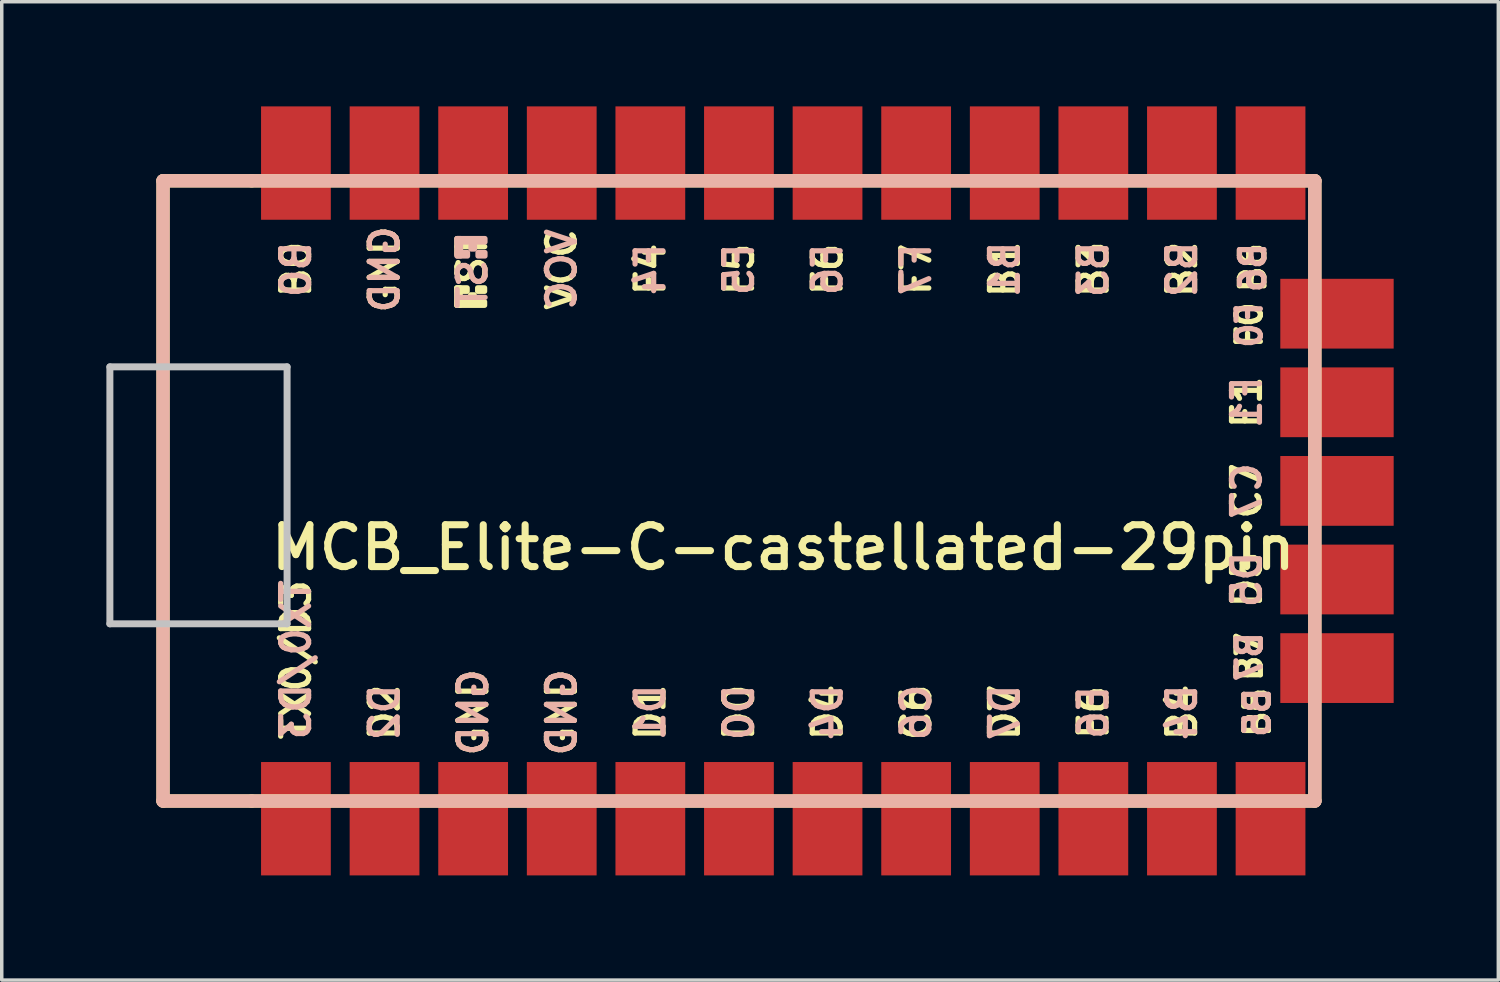
<source format=kicad_pcb>
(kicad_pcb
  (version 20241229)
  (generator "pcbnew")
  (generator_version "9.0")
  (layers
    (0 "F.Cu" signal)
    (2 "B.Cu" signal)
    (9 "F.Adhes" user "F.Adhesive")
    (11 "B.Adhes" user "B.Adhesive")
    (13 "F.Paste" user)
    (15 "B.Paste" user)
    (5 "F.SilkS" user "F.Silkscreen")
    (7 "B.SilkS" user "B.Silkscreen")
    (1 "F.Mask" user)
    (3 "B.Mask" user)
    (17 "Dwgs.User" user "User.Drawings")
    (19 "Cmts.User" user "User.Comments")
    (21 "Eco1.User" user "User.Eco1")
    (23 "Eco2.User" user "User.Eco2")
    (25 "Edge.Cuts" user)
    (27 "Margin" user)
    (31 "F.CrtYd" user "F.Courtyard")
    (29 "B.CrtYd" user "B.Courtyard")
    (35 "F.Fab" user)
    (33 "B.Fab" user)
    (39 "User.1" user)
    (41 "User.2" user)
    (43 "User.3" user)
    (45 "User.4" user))
  (footprint "MCB_Elite-C-castellated-29pin"
    (layer "F.Cu")
    (at 19.404 11.023)
    (property "Reference" "MCB_Elite-C-castellated-29pin" (at 0 1.625 0) (layer "F.SilkS") (effects (font (size 1.2 1.2) (thickness 0.203))))
    (attr through_hole)
    (fp_line (start -17.78 -8.89) (end -17.78 8.89) (stroke (width 0.381) (type solid)) (layer "F.SilkS"))
    (fp_line (start -17.78 8.89) (end -15.24 8.89) (stroke (width 0.381) (type solid)) (layer "F.SilkS"))
    (fp_line (start -15.24 -8.89) (end -17.78 -8.89) (stroke (width 0.381) (type solid)) (layer "F.SilkS"))
    (fp_line (start -15.24 8.89) (end 15.24 8.89) (stroke (width 0.381) (type solid)) (layer "F.SilkS"))
    (fp_line (start 15.24 -8.89) (end -15.24 -8.89) (stroke (width 0.381) (type solid)) (layer "F.SilkS"))
    (fp_line (start 15.24 8.89) (end 15.24 -8.89) (stroke (width 0.381) (type solid)) (layer "F.SilkS"))
    (fp_poly (pts (xy -9.361 -5.821) (xy -9.261 -5.821) (xy -9.261 -5.321) (xy -9.361 -5.321)) (stroke (width 0.15) (type solid)) (fill yes) (layer "F.SilkS"))
    (fp_poly (pts (xy -9.361 -5.821) (xy -9.061 -5.821) (xy -9.061 -5.721) (xy -9.361 -5.721)) (stroke (width 0.15) (type solid)) (fill yes) (layer "F.SilkS"))
    (fp_poly (pts (xy -9.361 -5.421) (xy -8.561 -5.421) (xy -8.561 -5.321) (xy -9.361 -5.321)) (stroke (width 0.15) (type solid)) (fill yes) (layer "F.SilkS"))
    (fp_poly (pts (xy -8.961 -5.621) (xy -8.861 -5.621) (xy -8.861 -5.521) (xy -8.961 -5.521)) (stroke (width 0.15) (type solid)) (fill yes) (layer "F.SilkS"))
    (fp_poly (pts (xy -8.761 -5.821) (xy -8.561 -5.821) (xy -8.561 -5.721) (xy -8.761 -5.721)) (stroke (width 0.15) (type solid)) (fill yes) (layer "F.SilkS"))
    (fp_line (start -17.78 -8.89) (end -17.78 8.89) (stroke (width 0.381) (type solid)) (layer "B.SilkS"))
    (fp_line (start -17.78 8.89) (end 15.24 8.89) (stroke (width 0.381) (type solid)) (layer "B.SilkS"))
    (fp_line (start 15.24 -8.89) (end -17.78 -8.89) (stroke (width 0.381) (type solid)) (layer "B.SilkS"))
    (fp_line (start 15.24 8.89) (end 15.24 -8.89) (stroke (width 0.381) (type solid)) (layer "B.SilkS"))
    (fp_poly (pts (xy -9.351 -7.134) (xy -8.551 -7.134) (xy -8.551 -7.234) (xy -9.351 -7.234)) (stroke (width 0.15) (type solid)) (fill yes) (layer "B.SilkS"))
    (fp_poly (pts (xy -9.351 -6.734) (xy -9.251 -6.734) (xy -9.251 -7.234) (xy -9.351 -7.234)) (stroke (width 0.15) (type solid)) (fill yes) (layer "B.SilkS"))
    (fp_poly (pts (xy -9.351 -6.734) (xy -9.051 -6.734) (xy -9.051 -6.834) (xy -9.351 -6.834)) (stroke (width 0.15) (type solid)) (fill yes) (layer "B.SilkS"))
    (fp_poly (pts (xy -8.951 -6.934) (xy -8.851 -6.934) (xy -8.851 -7.034) (xy -8.951 -7.034)) (stroke (width 0.15) (type solid)) (fill yes) (layer "B.SilkS"))
    (fp_poly (pts (xy -8.751 -6.734) (xy -8.551 -6.734) (xy -8.551 -6.834) (xy -8.751 -6.834)) (stroke (width 0.15) (type solid)) (fill yes) (layer "B.SilkS"))
    (fp_line (start -19.304 -3.556) (end -14.224 -3.556) (stroke (width 0.2) (type solid)) (layer "Dwgs.User"))
    (fp_line (start -19.304 3.81) (end -19.304 -3.556) (stroke (width 0.2) (type solid)) (layer "Dwgs.User"))
    (fp_line (start -14.224 -3.556) (end -14.224 3.81) (stroke (width 0.2) (type solid)) (layer "Dwgs.User"))
    (fp_line (start -14.224 3.81) (end -19.304 3.81) (stroke (width 0.2) (type solid)) (layer "Dwgs.User"))
    (fp_text user "B3" (at 8.89 -6.35 90) (layer "F.SilkS") (effects (font (size 0.8 0.8) (thickness 0.15))))
    (fp_text user "ST" (at -8.92 -6.622 90) (layer "F.SilkS") (effects (font (size 0.8 0.8) (thickness 0.15))))
    (fp_text user "B0" (at -13.97 -6.35 90) (layer "F.SilkS") (effects (font (size 0.8 0.8) (thickness 0.15))))
    (fp_text user "F5" (at -1.27 -6.35 90) (layer "F.SilkS") (effects (font (size 0.8 0.8) (thickness 0.15))))
    (fp_text user "E6" (at 8.89 6.35 90) (layer "F.SilkS") (effects (font (size 0.8 0.8) (thickness 0.15))))
    (fp_text user "GND" (at -8.89 6.35 90) (layer "F.SilkS") (effects (font (size 0.8 0.8) (thickness 0.15))))
    (fp_text user "F1" (at 13.289 -2.54 90) (layer "F.SilkS") (effects (font (size 0.8 0.8) (thickness 0.15))))
    (fp_text user "B7" (at 13.362 4.754 90) (layer "F.SilkS") (effects (font (size 0.7 0.7) (thickness 0.15))))
    (fp_text user "D7" (at 6.35 6.35 90) (layer "F.SilkS") (effects (font (size 0.8 0.8) (thickness 0.15))))
    (fp_text user "B1" (at 6.35 -6.35 90) (layer "F.SilkS") (effects (font (size 0.8 0.8) (thickness 0.15))))
    (fp_text user "F4" (at -3.81 -6.35 90) (layer "F.SilkS") (effects (font (size 0.8 0.8) (thickness 0.15))))
    (fp_text user "D4" (at 1.27 6.35 90) (layer "F.SilkS") (effects (font (size 0.8 0.8) (thickness 0.15))))
    (fp_text user "C6" (at 3.81 6.35 90) (layer "F.SilkS") (effects (font (size 0.8 0.8) (thickness 0.15))))
    (fp_text user "VCC" (at -6.35 -6.35 90) (layer "F.SilkS") (effects (font (size 0.8 0.8) (thickness 0.15))))
    (fp_text user "GND" (at -6.35 6.35 90) (layer "F.SilkS") (effects (font (size 0.8 0.8) (thickness 0.15))))
    (fp_text user "B4" (at 11.43 6.35 90) (layer "F.SilkS") (effects (font (size 0.8 0.8) (thickness 0.15))))
    (fp_text user "D5" (at 13.289 2.54 90) (layer "F.SilkS") (effects (font (size 0.8 0.8) (thickness 0.15))))
    (fp_text user "B6" (at 13.462 -6.4 90) (unlocked yes) (layer "F.SilkS") (effects (font (size 0.7 0.7) (thickness 0.15))))
    (fp_text user "D1" (at -3.81 6.35 90) (layer "F.SilkS") (effects (font (size 0.8 0.8) (thickness 0.15))))
    (fp_text user "D2" (at -11.43 6.35 90) (layer "F.SilkS") (effects (font (size 0.8 0.8) (thickness 0.15))))
    (fp_text user "D0" (at -1.27 6.35 90) (layer "F.SilkS") (effects (font (size 0.8 0.8) (thickness 0.15))))
    (fp_text user "B2" (at 11.43 -6.35 90) (layer "F.SilkS") (effects (font (size 0.8 0.8) (thickness 0.15))))
    (fp_text user "F7" (at 3.81 -6.35 90) (layer "F.SilkS") (effects (font (size 0.8 0.8) (thickness 0.15))))
    (fp_text user "GND" (at -11.43 -6.35 90) (layer "F.SilkS") (effects (font (size 0.8 0.8) (thickness 0.15))))
    (fp_text user "C7" (at 13.289 0 90) (layer "F.SilkS") (effects (font (size 0.8 0.8) (thickness 0.15))))
    (fp_text user "F0" (at 13.362 -4.754 90) (layer "F.SilkS") (effects (font (size 0.7 0.7) (thickness 0.15))))
    (fp_text user "TX0/D3" (at -13.97 4.842 90) (layer "F.SilkS") (effects (font (size 0.8 0.8) (thickness 0.15))))
    (fp_text user "F6" (at 1.27 -6.35 90) (layer "F.SilkS") (effects (font (size 0.8 0.8) (thickness 0.15))))
    (fp_text user "B5" (at 13.589 6.35 90) (layer "F.SilkS") (effects (font (size 0.7 0.7) (thickness 0.15))))
    (fp_text user "ST" (at -8.91 -5.929 90) (layer "B.SilkS") (effects (font (size 0.8 0.8) (thickness 0.15)) (justify mirror)))
    (fp_text user "C6" (at 3.81 6.35 90) (layer "B.SilkS") (effects (font (size 0.8 0.8) (thickness 0.15)) (justify mirror)))
    (fp_text user "TX0/D3" (at -13.97 4.842 90) (layer "B.SilkS") (effects (font (size 0.8 0.8) (thickness 0.15)) (justify mirror)))
    (fp_text user "B6" (at 13.462 -6.4 90) (unlocked yes) (layer "B.SilkS") (effects (font (size 0.7 0.7) (thickness 0.15)) (justify mirror)))
    (fp_text user "GND" (at -8.89 6.35 90) (layer "B.SilkS") (effects (font (size 0.8 0.8) (thickness 0.15)) (justify mirror)))
    (fp_text user "F7" (at 3.81 -6.35 90) (layer "B.SilkS") (effects (font (size 0.8 0.8) (thickness 0.15)) (justify mirror)))
    (fp_text user "D7" (at 6.35 6.35 90) (layer "B.SilkS") (effects (font (size 0.8 0.8) (thickness 0.15)) (justify mirror)))
    (fp_text user "GND" (at -11.43 -6.35 90) (layer "B.SilkS") (effects (font (size 0.8 0.8) (thickness 0.15)) (justify mirror)))
    (fp_text user "D4" (at 1.27 6.35 90) (layer "B.SilkS") (effects (font (size 0.8 0.8) (thickness 0.15)) (justify mirror)))
    (fp_text user "D2" (at -11.43 6.35 90) (layer "B.SilkS") (effects (font (size 0.8 0.8) (thickness 0.15)) (justify mirror)))
    (fp_text user "B7" (at 13.362 4.754 90) (layer "B.SilkS") (effects (font (size 0.7 0.7) (thickness 0.15)) (justify mirror)))
    (fp_text user "B2" (at 11.43 -6.35 90) (layer "B.SilkS") (effects (font (size 0.8 0.8) (thickness 0.15)) (justify mirror)))
    (fp_text user "E6" (at 8.89 6.35 90) (layer "B.SilkS") (effects (font (size 0.8 0.8) (thickness 0.15)) (justify mirror)))
    (fp_text user "F6" (at 1.27 -6.35 90) (layer "B.SilkS") (effects (font (size 0.8 0.8) (thickness 0.15)) (justify mirror)))
    (fp_text user "GND" (at -6.35 6.35 90) (layer "B.SilkS") (effects (font (size 0.8 0.8) (thickness 0.15)) (justify mirror)))
    (fp_text user "B4" (at 11.43 6.35 90) (layer "B.SilkS") (effects (font (size 0.8 0.8) (thickness 0.15)) (justify mirror)))
    (fp_text user "D5" (at 13.289 2.54 90) (layer "B.SilkS") (effects (font (size 0.8 0.8) (thickness 0.15)) (justify mirror)))
    (fp_text user "F5" (at -1.27 -6.35 90) (layer "B.SilkS") (effects (font (size 0.8 0.8) (thickness 0.15)) (justify mirror)))
    (fp_text user "D0" (at -1.27 6.35 90) (layer "B.SilkS") (effects (font (size 0.8 0.8) (thickness 0.15)) (justify mirror)))
    (fp_text user "B5" (at 13.589 6.35 90) (layer "B.SilkS") (effects (font (size 0.7 0.7) (thickness 0.15)) (justify mirror)))
    (fp_text user "B3" (at 8.89 -6.35 90) (layer "B.SilkS") (effects (font (size 0.8 0.8) (thickness 0.15)) (justify mirror)))
    (fp_text user "F1" (at 13.289 -2.54 90) (layer "B.SilkS") (effects (font (size 0.8 0.8) (thickness 0.15)) (justify mirror)))
    (fp_text user "C7" (at 13.289 0 90) (layer "B.SilkS") (effects (font (size 0.8 0.8) (thickness 0.15)) (justify mirror)))
    (fp_text user "B1" (at 6.35 -6.35 90) (layer "B.SilkS") (effects (font (size 0.8 0.8) (thickness 0.15)) (justify mirror)))
    (fp_text user "F0" (at 13.362 -4.754 90) (layer "B.SilkS") (effects (font (size 0.7 0.7) (thickness 0.15)) (justify mirror)))
    (fp_text user "VCC" (at -6.35 -6.35 90) (layer "B.SilkS") (effects (font (size 0.8 0.8) (thickness 0.15)) (justify mirror)))
    (fp_text user "D1" (at -3.81 6.35 90) (layer "B.SilkS") (effects (font (size 0.8 0.8) (thickness 0.15)) (justify mirror)))
    (fp_text user "F4" (at -3.81 -6.35 90) (layer "B.SilkS") (effects (font (size 0.8 0.8) (thickness 0.15)) (justify mirror)))
    (fp_text user "B0" (at -13.97 -6.35 90) (layer "B.SilkS") (effects (font (size 0.8 0.8) (thickness 0.15)) (justify mirror)))
    (pad "1" smd rect (at -13.97 9.398) (size 2 3.25) (layers "F.Cu" "F.Mask" "F.Paste"))
    (pad "2" smd rect (at -11.43 9.398) (size 2 3.25) (layers "F.Cu" "F.Mask" "F.Paste"))
    (pad "3" smd rect (at -8.89 9.398) (size 2 3.25) (layers "F.Cu" "F.Mask" "F.Paste"))
    (pad "4" smd rect (at -6.35 9.398) (size 2 3.25) (layers "F.Cu" "F.Mask" "F.Paste"))
    (pad "5" smd rect (at -3.81 9.398) (size 2 3.25) (layers "F.Cu" "F.Mask" "F.Paste"))
    (pad "6" smd rect (at -1.27 9.398) (size 2 3.25) (layers "F.Cu" "F.Mask" "F.Paste"))
    (pad "7" smd rect (at 1.27 9.398) (size 2 3.25) (layers "F.Cu" "F.Mask" "F.Paste"))
    (pad "8" smd rect (at 3.81 9.398) (size 2 3.25) (layers "F.Cu" "F.Mask" "F.Paste"))
    (pad "9" smd rect (at 6.35 9.398) (size 2 3.25) (layers "F.Cu" "F.Mask" "F.Paste"))
    (pad "10" smd rect (at 8.89 9.398) (size 2 3.25) (layers "F.Cu" "F.Mask" "F.Paste"))
    (pad "11" smd rect (at 11.43 9.398) (size 2 3.25) (layers "F.Cu" "F.Mask" "F.Paste"))
    (pad "12" smd rect (at 13.97 9.398) (size 2 3.25) (layers "F.Cu" "F.Mask" "F.Paste"))
    (pad "13" smd rect (at 13.97 -9.398) (size 2 3.25) (layers "F.Cu" "F.Mask" "F.Paste"))
    (pad "14" smd rect (at 11.43 -9.398) (size 2 3.25) (layers "F.Cu" "F.Mask" "F.Paste"))
    (pad "15" smd rect (at 8.89 -9.398) (size 2 3.25) (layers "F.Cu" "F.Mask" "F.Paste"))
    (pad "16" smd rect (at 6.35 -9.398) (size 2 3.25) (layers "F.Cu" "F.Mask" "F.Paste"))
    (pad "17" smd rect (at 3.81 -9.398) (size 2 3.25) (layers "F.Cu" "F.Mask" "F.Paste"))
    (pad "18" smd rect (at 1.27 -9.398) (size 2 3.25) (layers "F.Cu" "F.Mask" "F.Paste"))
    (pad "19" smd rect (at -1.27 -9.398) (size 2 3.25) (layers "F.Cu" "F.Mask" "F.Paste"))
    (pad "20" smd rect (at -3.81 -9.398) (size 2 3.25) (layers "F.Cu" "F.Mask" "F.Paste"))
    (pad "21" smd rect (at -6.35 -9.398) (size 2 3.25) (layers "F.Cu" "F.Mask" "F.Paste"))
    (pad "22" smd rect (at -8.89 -9.398) (size 2 3.25) (layers "F.Cu" "F.Mask" "F.Paste"))
    (pad "23" smd rect (at -11.43 -9.398) (size 2 3.25) (layers "F.Cu" "F.Mask" "F.Paste"))
    (pad "24" smd rect (at -13.97 -9.398) (size 2 3.25) (layers "F.Cu" "F.Mask" "F.Paste"))
    (pad "25" smd rect (at 15.875 5.08 90) (size 2 3.25) (layers "F.Cu" "F.Mask" "F.Paste"))
    (pad "26" smd rect (at 15.875 2.54 90) (size 2 3.25) (layers "F.Cu" "F.Mask" "F.Paste"))
    (pad "27" smd rect (at 15.875 0 90) (size 2 3.25) (layers "F.Cu" "F.Mask" "F.Paste"))
    (pad "28" smd rect (at 15.875 -2.54 90) (size 2 3.25) (layers "F.Cu" "F.Mask" "F.Paste"))
    (pad "29" smd rect (at 15.875 -5.08 90) (size 2 3.25) (layers "F.Cu" "F.Mask" "F.Paste")))
  (gr_rect
    (start -3 -3)
    (end 39.904 25.046)
    (stroke (width 0.1) (type default))
    (fill no)
    (layer "Edge.Cuts")))
</source>
